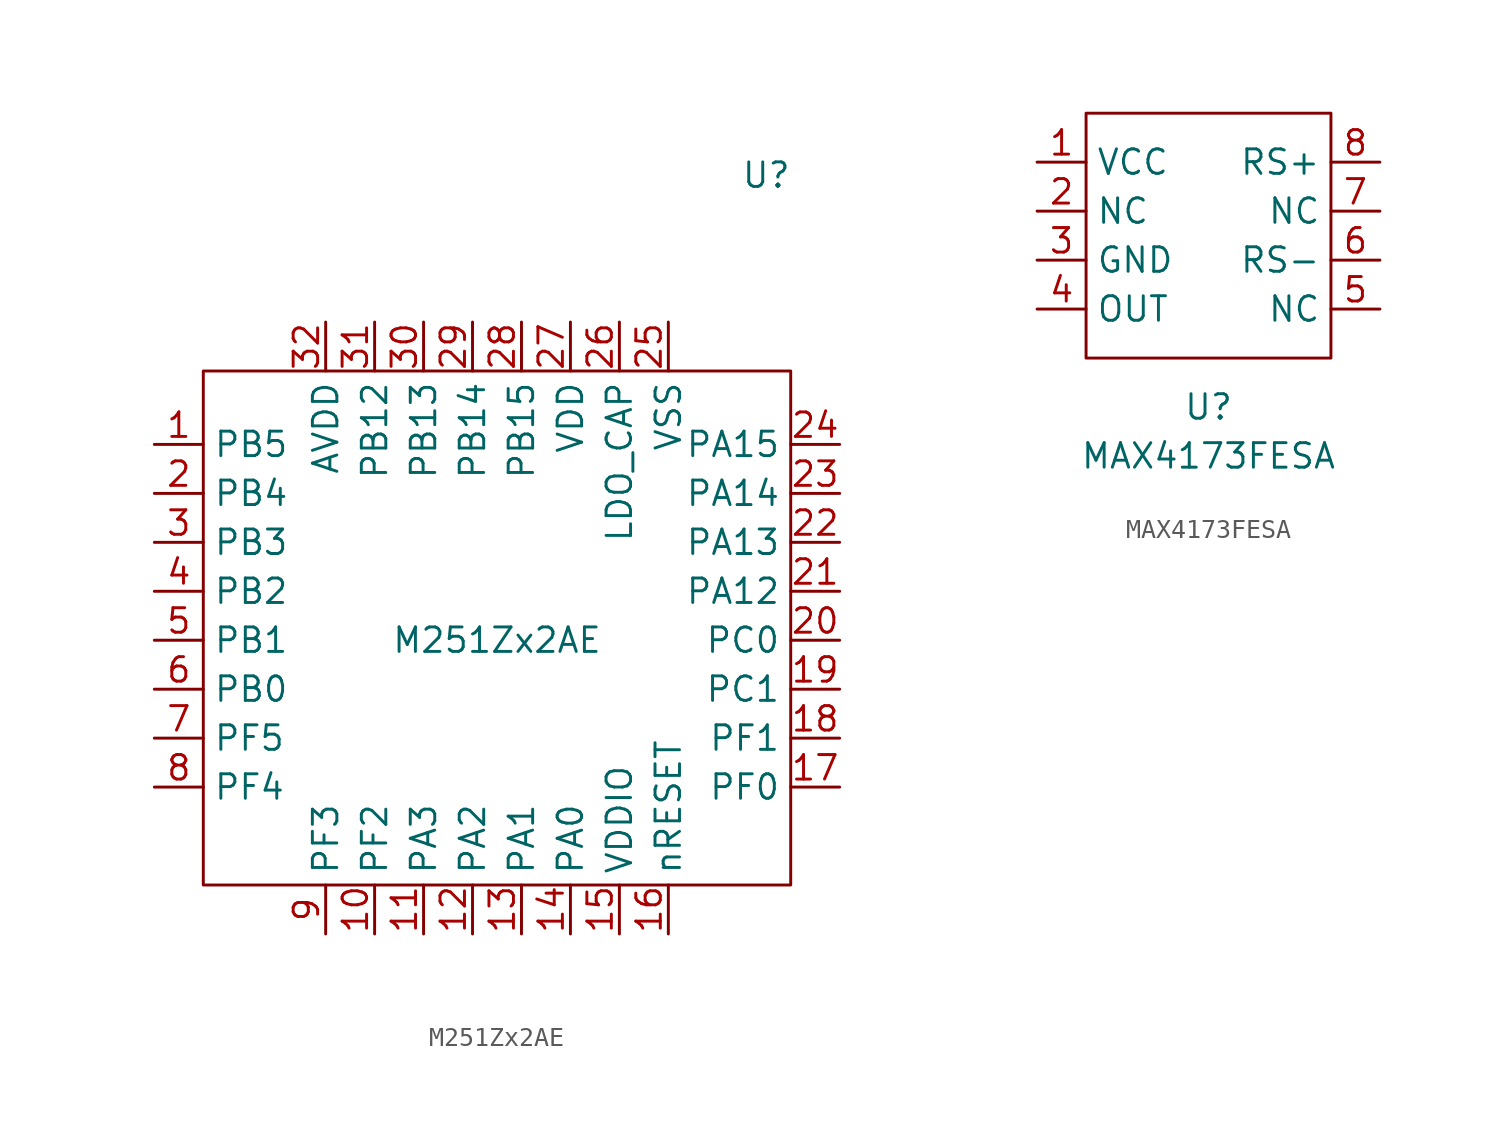
<source format=kicad_sym>
(kicad_symbol_lib
  (version 20220914)
  (generator kicad_symbol_editor)
  (symbol "M251Zx2AE"
    (property "Reference" "U"
      (at 29.21 36.83 0)
      (effects (font (size 1.27 1.27))))
    (property "Value" "M251Zx2AE"
      (at 15.24 12.7 0)
      (effects (font (size 1.27 1.27))))
    (symbol "M251Zx2AE_0_1"
      (rectangle (start 0 26.67) (end 30.48 0) (stroke (width 0) (type default)) (fill (type none))))
    (symbol "M251Zx2AE_1_0"
      (pin bidirectional line (at 8.89 -2.54 90) (length 2.54) (name "PF2" (effects (font (size 1.27 1.27)))) (number "10" (effects (font (size 1.27 1.27)))))
      (pin bidirectional line (at 11.43 -2.54 90) (length 2.54) (name "PA3" (effects (font (size 1.27 1.27)))) (number "11" (effects (font (size 1.27 1.27)))))
      (pin bidirectional line (at 13.97 -2.54 90) (length 2.54) (name "PA2" (effects (font (size 1.27 1.27)))) (number "12" (effects (font (size 1.27 1.27)))))
      (pin bidirectional line (at 16.51 -2.54 90) (length 2.54) (name "PA1" (effects (font (size 1.27 1.27)))) (number "13" (effects (font (size 1.27 1.27)))))
      (pin bidirectional line (at 19.05 -2.54 90) (length 2.54) (name "PA0" (effects (font (size 1.27 1.27)))) (number "14" (effects (font (size 1.27 1.27)))))
      (pin bidirectional line (at 21.59 -2.54 90) (length 2.54) (name "VDDIO" (effects (font (size 1.27 1.27)))) (number "15" (effects (font (size 1.27 1.27)))))
      (pin bidirectional line (at 24.13 -2.54 90) (length 2.54) (name "nRESET" (effects (font (size 1.27 1.27)))) (number "16" (effects (font (size 1.27 1.27)))))
      (pin bidirectional line (at 33.02 5.08 180) (length 2.54) (name "PF0" (effects (font (size 1.27 1.27)))) (number "17" (effects (font (size 1.27 1.27)))))
      (pin bidirectional line (at 33.02 7.62 180) (length 2.54) (name "PF1" (effects (font (size 1.27 1.27)))) (number "18" (effects (font (size 1.27 1.27)))))
      (pin bidirectional line (at 33.02 10.16 180) (length 2.54) (name "PC1" (effects (font (size 1.27 1.27)))) (number "19" (effects (font (size 1.27 1.27)))))
      (pin bidirectional line (at 33.02 12.7 180) (length 2.54) (name "PC0" (effects (font (size 1.27 1.27)))) (number "20" (effects (font (size 1.27 1.27)))))
      (pin bidirectional line (at 33.02 15.24 180) (length 2.54) (name "PA12" (effects (font (size 1.27 1.27)))) (number "21" (effects (font (size 1.27 1.27)))))
      (pin bidirectional line (at 33.02 17.78 180) (length 2.54) (name "PA13" (effects (font (size 1.27 1.27)))) (number "22" (effects (font (size 1.27 1.27)))))
      (pin bidirectional line (at 33.02 20.32 180) (length 2.54) (name "PA14" (effects (font (size 1.27 1.27)))) (number "23" (effects (font (size 1.27 1.27)))))
      (pin bidirectional line (at 33.02 22.86 180) (length 2.54) (name "PA15" (effects (font (size 1.27 1.27)))) (number "24" (effects (font (size 1.27 1.27)))))
      (pin bidirectional line (at 24.13 29.21 270) (length 2.54) (name "VSS" (effects (font (size 1.27 1.27)))) (number "25" (effects (font (size 1.27 1.27)))))
      (pin bidirectional line (at 21.59 29.21 270) (length 2.54) (name "LDO_CAP" (effects (font (size 1.27 1.27)))) (number "26" (effects (font (size 1.27 1.27)))))
      (pin bidirectional line (at 19.05 29.21 270) (length 2.54) (name "VDD" (effects (font (size 1.27 1.27)))) (number "27" (effects (font (size 1.27 1.27)))))
      (pin bidirectional line (at 16.51 29.21 270) (length 2.54) (name "PB15" (effects (font (size 1.27 1.27)))) (number "28" (effects (font (size 1.27 1.27)))))
      (pin bidirectional line (at 13.97 29.21 270) (length 2.54) (name "PB14" (effects (font (size 1.27 1.27)))) (number "29" (effects (font (size 1.27 1.27)))))
      (pin bidirectional line (at 11.43 29.21 270) (length 2.54) (name "PB13" (effects (font (size 1.27 1.27)))) (number "30" (effects (font (size 1.27 1.27)))))
      (pin bidirectional line (at 8.89 29.21 270) (length 2.54) (name "PB12" (effects (font (size 1.27 1.27)))) (number "31" (effects (font (size 1.27 1.27)))))
      (pin bidirectional line (at 6.35 29.21 270) (length 2.54) (name "AVDD" (effects (font (size 1.27 1.27)))) (number "32" (effects (font (size 1.27 1.27)))))
      (pin bidirectional line (at -2.54 7.62 0) (length 2.54) (name "PF5" (effects (font (size 1.27 1.27)))) (number "7" (effects (font (size 1.27 1.27)))))
      (pin bidirectional line (at -2.54 5.08 0) (length 2.54) (name "PF4" (effects (font (size 1.27 1.27)))) (number "8" (effects (font (size 1.27 1.27)))))
      (pin bidirectional line (at 6.35 -2.54 90) (length 2.54) (name "PF3" (effects (font (size 1.27 1.27)))) (number "9" (effects (font (size 1.27 1.27))))))
    (symbol "M251Zx2AE_1_1"
      (pin bidirectional line (at -2.54 22.86 0) (length 2.54) (name "PB5" (effects (font (size 1.27 1.27)))) (number "1" (effects (font (size 1.27 1.27)))))
      (pin bidirectional line (at -2.54 20.32 0) (length 2.54) (name "PB4" (effects (font (size 1.27 1.27)))) (number "2" (effects (font (size 1.27 1.27)))))
      (pin bidirectional line (at -2.54 17.78 0) (length 2.54) (name "PB3" (effects (font (size 1.27 1.27)))) (number "3" (effects (font (size 1.27 1.27)))))
      (pin bidirectional line (at -2.54 15.24 0) (length 2.54) (name "PB2" (effects (font (size 1.27 1.27)))) (number "4" (effects (font (size 1.27 1.27)))))
      (pin bidirectional line (at -2.54 12.7 0) (length 2.54) (name "PB1" (effects (font (size 1.27 1.27)))) (number "5" (effects (font (size 1.27 1.27)))))
      (pin bidirectional line (at -2.54 10.16 0) (length 2.54) (name "PB0" (effects (font (size 1.27 1.27)))) (number "6" (effects (font (size 1.27 1.27)))))))
  (symbol "MAX4173FESA"
    (property "Reference" "U"
      (at 6.35 -2.54 0)
      (effects (font (size 1.27 1.27))))
    (property "Value" "MAX4173FESA"
      (at 6.35 -5.08 0)
      (effects (font (size 1.27 1.27))))
    (symbol "MAX4173FESA_0_1"
      (rectangle (start 0 12.7) (end 12.7 0) (stroke (width 0) (type default)) (fill (type none))))
    (symbol "MAX4173FESA_1_1"
      (pin passive line (at -2.54 10.16 0) (length 2.54) (name "VCC" (effects (font (size 1.27 1.27)))) (number "1" (effects (font (size 1.27 1.27)))))
      (pin bidirectional line (at -2.54 7.62 0) (length 2.54) (name "NC" (effects (font (size 1.27 1.27)))) (number "2" (effects (font (size 1.27 1.27)))))
      (pin passive line (at -2.54 5.08 0) (length 2.54) (name "GND" (effects (font (size 1.27 1.27)))) (number "3" (effects (font (size 1.27 1.27)))))
      (pin bidirectional line (at -2.54 2.54 0) (length 2.54) (name "OUT" (effects (font (size 1.27 1.27)))) (number "4" (effects (font (size 1.27 1.27)))))
      (pin bidirectional line (at 15.24 2.54 180) (length 2.54) (name "NC" (effects (font (size 1.27 1.27)))) (number "5" (effects (font (size 1.27 1.27)))))
      (pin bidirectional line (at 15.24 5.08 180) (length 2.54) (name "RS-" (effects (font (size 1.27 1.27)))) (number "6" (effects (font (size 1.27 1.27)))))
      (pin bidirectional line (at 15.24 7.62 180) (length 2.54) (name "NC" (effects (font (size 1.27 1.27)))) (number "7" (effects (font (size 1.27 1.27)))))
      (pin bidirectional line (at 15.24 10.16 180) (length 2.54) (name "RS+" (effects (font (size 1.27 1.27)))) (number "8" (effects (font (size 1.27 1.27))))))))
</source>
